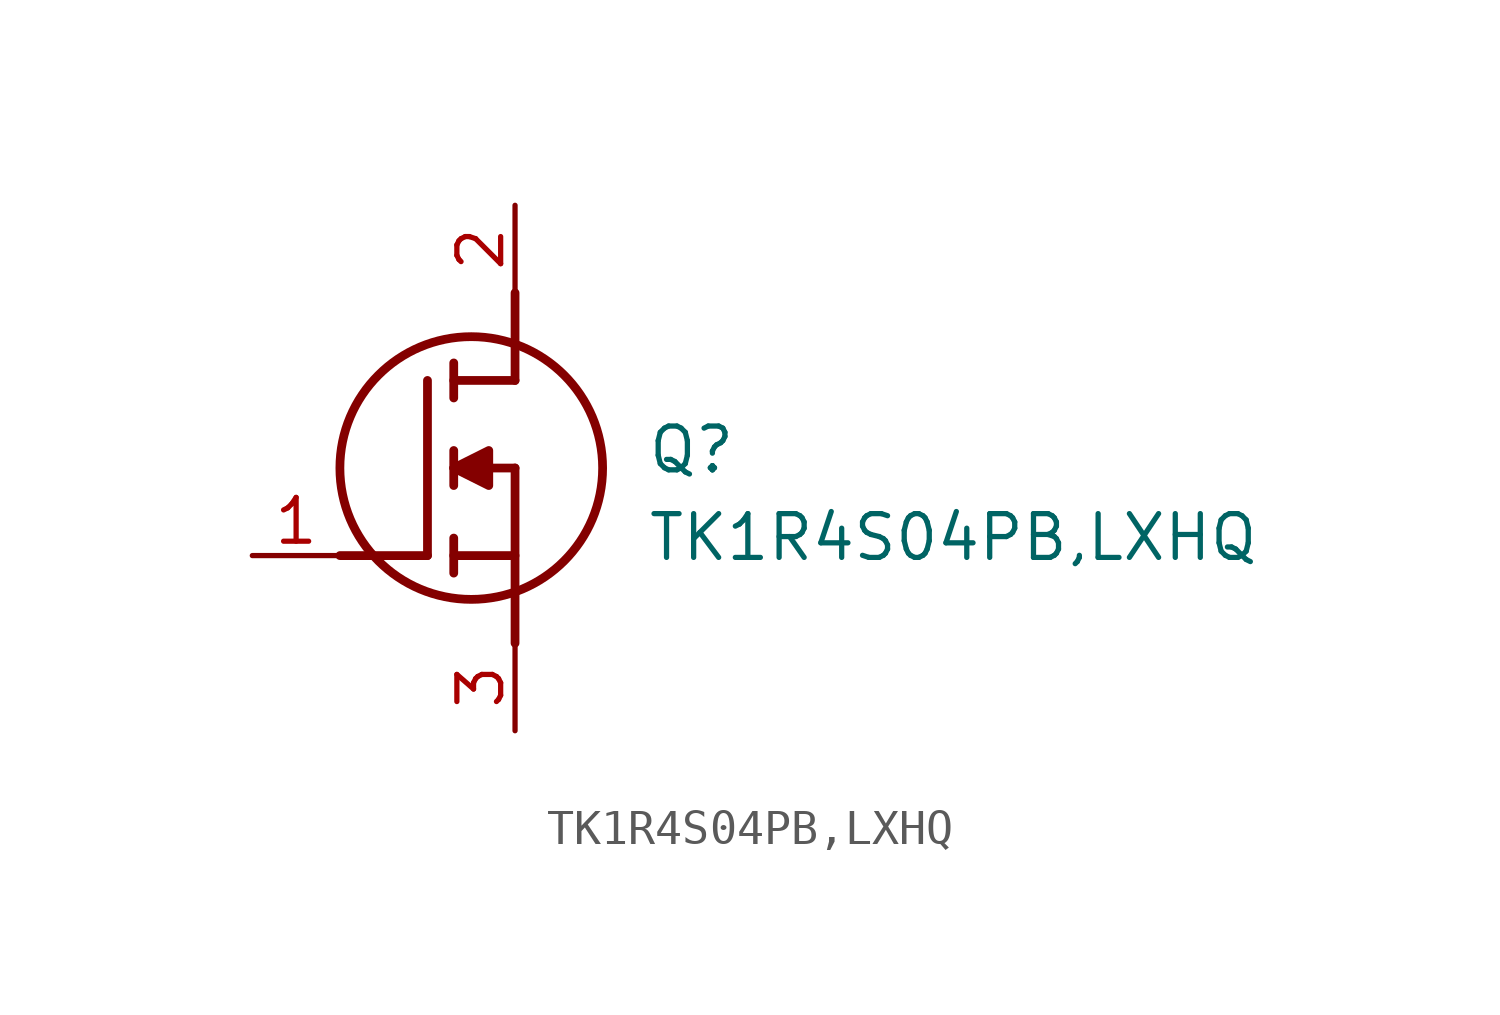
<source format=kicad_sym>
(kicad_symbol_lib
  (version 20220914)
  (generator kicad_symbol_editor)
  (symbol "TK1R4S04PB,LXHQ"
    (pin_names hide)
    (property "Reference" "Q"
      (at 11.43 3.81 0)
      (effects (font (size 1.27 1.27)) (justify left top)))
    (property "Value" "TK1R4S04PB,LXHQ"
      (at 11.43 1.27 0)
      (effects (font (size 1.27 1.27)) (justify left top)))
    (symbol "TK1R4S04PB,LXHQ_1_1"
      (polyline (pts (xy 2.54 0) (xy 5.08 0)) (stroke (width 0.254) (type default)) (fill (type none)))
      (polyline (pts (xy 5.08 5.08) (xy 5.08 0)) (stroke (width 0.254) (type default)) (fill (type none)))
      (polyline (pts (xy 5.842 -0.508) (xy 5.842 0.508)) (stroke (width 0.254) (type default)) (fill (type none)))
      (polyline (pts (xy 5.842 0) (xy 7.62 0)) (stroke (width 0.254) (type default)) (fill (type none)))
      (polyline (pts (xy 5.842 2.032) (xy 5.842 3.048)) (stroke (width 0.254) (type default)) (fill (type none)))
      (polyline (pts (xy 5.842 5.588) (xy 5.842 4.572)) (stroke (width 0.254) (type default)) (fill (type none)))
      (polyline (pts (xy 7.62 2.54) (xy 5.842 2.54)) (stroke (width 0.254) (type default)) (fill (type none)))
      (polyline (pts (xy 7.62 2.54) (xy 7.62 -2.54)) (stroke (width 0.254) (type default)) (fill (type none)))
      (polyline (pts (xy 7.62 5.08) (xy 5.842 5.08)) (stroke (width 0.254) (type default)) (fill (type none)))
      (polyline (pts (xy 7.62 5.08) (xy 7.62 7.62)) (stroke (width 0.254) (type default)) (fill (type none)))
      (polyline (pts (xy 5.842 2.54) (xy 6.858 3.048) (xy 6.858 2.032) (xy 5.842 2.54)) (stroke (width 0.254) (type default)) (fill (type outline)))
      (circle (center 6.35 2.54) (radius 3.81) (stroke (width 0.254) (type default)) (fill (type none)))
      (pin passive line (at 0 0 0) (length 2.54) (name "G" (effects (font (size 1.27 1.27)))) (number "1" (effects (font (size 1.27 1.27)))))
      (pin passive line (at 7.62 10.16 270) (length 2.54) (name "D" (effects (font (size 1.27 1.27)))) (number "2" (effects (font (size 1.27 1.27)))))
      (pin passive line (at 7.62 -5.08 90) (length 2.54) (name "S" (effects (font (size 1.27 1.27)))) (number "3" (effects (font (size 1.27 1.27))))))))
</source>
